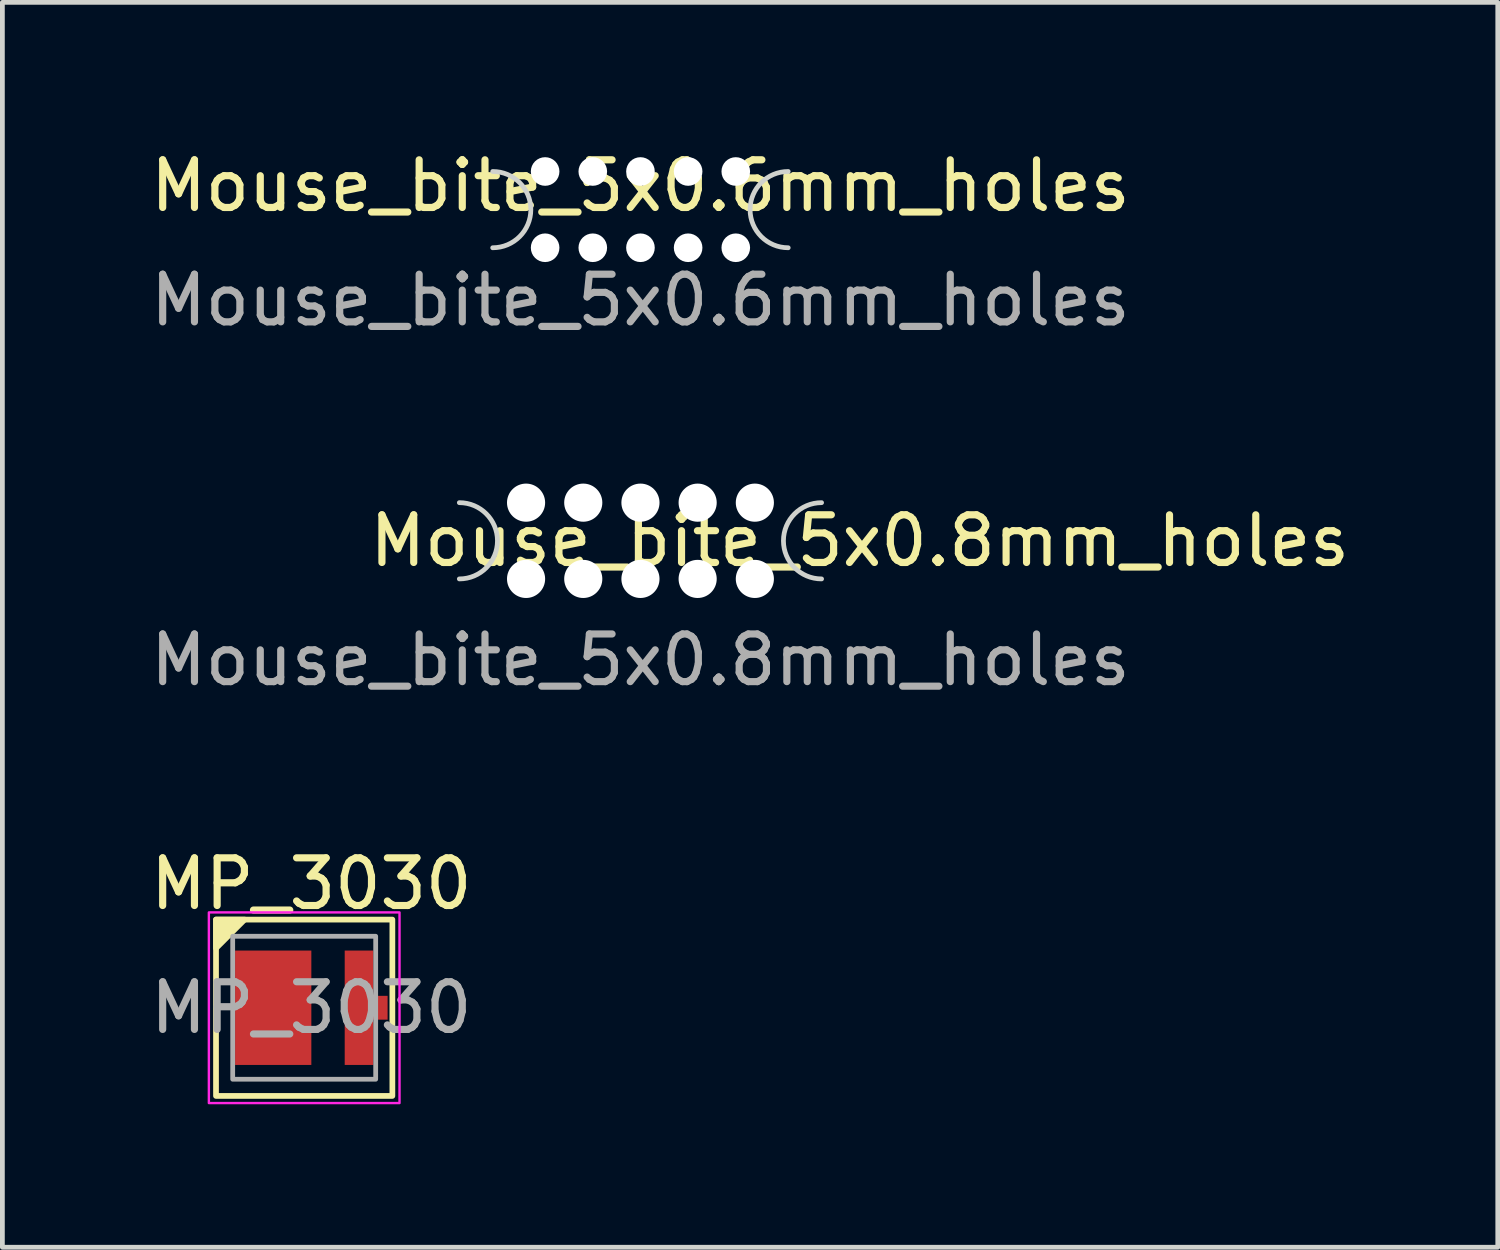
<source format=kicad_pcb>
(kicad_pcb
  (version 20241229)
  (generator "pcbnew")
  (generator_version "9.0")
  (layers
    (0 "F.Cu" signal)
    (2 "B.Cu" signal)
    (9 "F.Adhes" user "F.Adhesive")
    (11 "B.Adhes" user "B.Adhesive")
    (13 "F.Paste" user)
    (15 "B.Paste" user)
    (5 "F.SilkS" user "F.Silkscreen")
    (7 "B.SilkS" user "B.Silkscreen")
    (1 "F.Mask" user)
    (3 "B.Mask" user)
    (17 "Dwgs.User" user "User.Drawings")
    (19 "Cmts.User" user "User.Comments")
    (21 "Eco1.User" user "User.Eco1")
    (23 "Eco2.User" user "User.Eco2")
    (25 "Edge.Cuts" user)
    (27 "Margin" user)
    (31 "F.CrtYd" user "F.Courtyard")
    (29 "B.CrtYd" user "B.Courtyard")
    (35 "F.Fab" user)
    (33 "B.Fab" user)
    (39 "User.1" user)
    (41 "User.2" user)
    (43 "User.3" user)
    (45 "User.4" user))
  (footprint "Mouse_bite_5x0.6mm_holes"
    (layer "F.Cu")
    (at 10.387 1.348)
    (property "Reference" "Mouse_bite_5x0.6mm_holes" (at 0 -0.5 0) (unlocked yes) (layer "F.SilkS") (effects (font (size 1 1) (thickness 0.15))))
    (attr smd)
    (fp_arc (start -3.1 -0.8) (mid -2.3 0) (end -3.1 0.8) (stroke (width 0.1) (type solid)) (layer "Edge.Cuts"))
    (fp_arc (start 3.1 0.8) (mid 2.3 0) (end 3.1 -0.8) (stroke (width 0.1) (type solid)) (layer "Edge.Cuts"))
    (fp_text user "${REFERENCE}" (at 0 1.9 0) (unlocked yes) (layer "F.Fab") (effects (font (size 1 1) (thickness 0.15))))
    (pad "" np_thru_hole circle (at -2 -0.8) (size 0.6 0.6) (drill 0.6) (layers "*.Cu" "*.Mask"))
    (pad "" np_thru_hole circle (at -2 0.8) (size 0.6 0.6) (drill 0.6) (layers "*.Cu" "*.Mask"))
    (pad "" np_thru_hole circle (at -1 -0.8) (size 0.6 0.6) (drill 0.6) (layers "*.Cu" "*.Mask"))
    (pad "" np_thru_hole circle (at -1 0.8) (size 0.6 0.6) (drill 0.6) (layers "*.Cu" "*.Mask"))
    (pad "" np_thru_hole circle (at 0 -0.8) (size 0.6 0.6) (drill 0.6) (layers "*.Cu" "*.Mask"))
    (pad "" np_thru_hole circle (at 0 0.8) (size 0.6 0.6) (drill 0.6) (layers "*.Cu" "*.Mask"))
    (pad "" np_thru_hole circle (at 1 -0.8) (size 0.6 0.6) (drill 0.6) (layers "*.Cu" "*.Mask"))
    (pad "" np_thru_hole circle (at 1 0.8) (size 0.6 0.6) (drill 0.6) (layers "*.Cu" "*.Mask"))
    (pad "" np_thru_hole circle (at 2 -0.8) (size 0.6 0.6) (drill 0.6) (layers "*.Cu" "*.Mask"))
    (pad "" np_thru_hole circle (at 2 0.8) (size 0.6 0.6) (drill 0.6) (layers "*.Cu" "*.Mask")))
  (footprint "MP_3030"
    (layer "F.Cu")
    (at 3.482 18.093)
    (property "Reference" "MP_3030" (at 0 -2.6 0) (unlocked yes) (layer "F.SilkS") (effects (font (size 1 1) (thickness 0.15))))
    (attr smd)
    (fp_rect (start -2 -1.85) (end 1.7 1.85) (stroke (width 0.12) (type solid)) (fill no) (layer "F.SilkS"))
    (fp_poly (pts (xy -2 -1.25) (xy -2 -1.85) (xy -1.4 -1.85)) (stroke (width 0.12) (type solid)) (fill yes) (layer "F.SilkS"))
    (fp_rect (start -2.15 -2) (end 1.85 2) (stroke (width 0.05) (type solid)) (fill no) (layer "F.CrtYd"))
    (fp_rect (start -1.65 -1.5) (end 1.35 1.5) (stroke (width 0.1) (type solid)) (fill no) (layer "F.Fab"))
    (fp_text user "${REFERENCE}" (at 0 0 0) (unlocked yes) (layer "F.Fab") (effects (font (size 1 1) (thickness 0.15))))
    (pad "1" smd rect (at -0.8 0) (size 1.6 2.4) (layers "F.Cu" "F.Mask" "F.Paste"))
    (pad "2" smd custom (at 1 0) (size 0.6 2.4) (layers "F.Cu" "F.Mask" "F.Paste") (options (anchor rect)) (primitives (gr_poly (pts (xy 0.6 0.25) (xy 0.3 0.25) (xy 0.3 -0.25) (xy 0.6 -0.25)) (width 0) (fill yes)))))
  (footprint "Mouse_bite_5x0.8mm_holes"
    (layer "F.Cu")
    (at 10.387 8.296)
    (property "Reference" "Mouse_bite_5x0.8mm_holes" (at 4.6 0 0) (unlocked yes) (layer "F.SilkS") (effects (font (size 1 1) (thickness 0.15))))
    (attr smd)
    (fp_arc (start -3.8 -0.8) (mid -3 0) (end -3.8 0.8) (stroke (width 0.1) (type solid)) (layer "Edge.Cuts"))
    (fp_arc (start 3.8 0.8) (mid 3 0) (end 3.8 -0.8) (stroke (width 0.1) (type solid)) (layer "Edge.Cuts"))
    (fp_text user "${REFERENCE}" (at 0 2.5 0) (unlocked yes) (layer "F.Fab") (effects (font (size 1 1) (thickness 0.15))))
    (pad "" np_thru_hole circle (at -2.4 -0.8) (size 0.8 0.8) (drill 0.8) (layers "*.Cu" "*.Mask"))
    (pad "" np_thru_hole circle (at -2.4 0.8) (size 0.8 0.8) (drill 0.8) (layers "*.Cu" "*.Mask"))
    (pad "" np_thru_hole circle (at -1.2 -0.8) (size 0.8 0.8) (drill 0.8) (layers "*.Cu" "*.Mask"))
    (pad "" np_thru_hole circle (at -1.2 0.8) (size 0.8 0.8) (drill 0.8) (layers "*.Cu" "*.Mask"))
    (pad "" np_thru_hole circle (at 0 -0.8) (size 0.8 0.8) (drill 0.8) (layers "*.Cu" "*.Mask"))
    (pad "" np_thru_hole circle (at 0 0.8) (size 0.8 0.8) (drill 0.8) (layers "*.Cu" "*.Mask"))
    (pad "" np_thru_hole circle (at 1.2 -0.8) (size 0.8 0.8) (drill 0.8) (layers "*.Cu" "*.Mask"))
    (pad "" np_thru_hole circle (at 1.2 0.8) (size 0.8 0.8) (drill 0.8) (layers "*.Cu" "*.Mask"))
    (pad "" np_thru_hole circle (at 2.4 -0.8) (size 0.8 0.8) (drill 0.8) (layers "*.Cu" "*.Mask"))
    (pad "" np_thru_hole circle (at 2.4 0.8) (size 0.8 0.8) (drill 0.8) (layers "*.Cu" "*.Mask")))
  (gr_rect
    (start -3 -3)
    (end 28.374 23.118)
    (stroke (width 0.1) (type default))
    (fill no)
    (layer "Edge.Cuts")))
</source>
